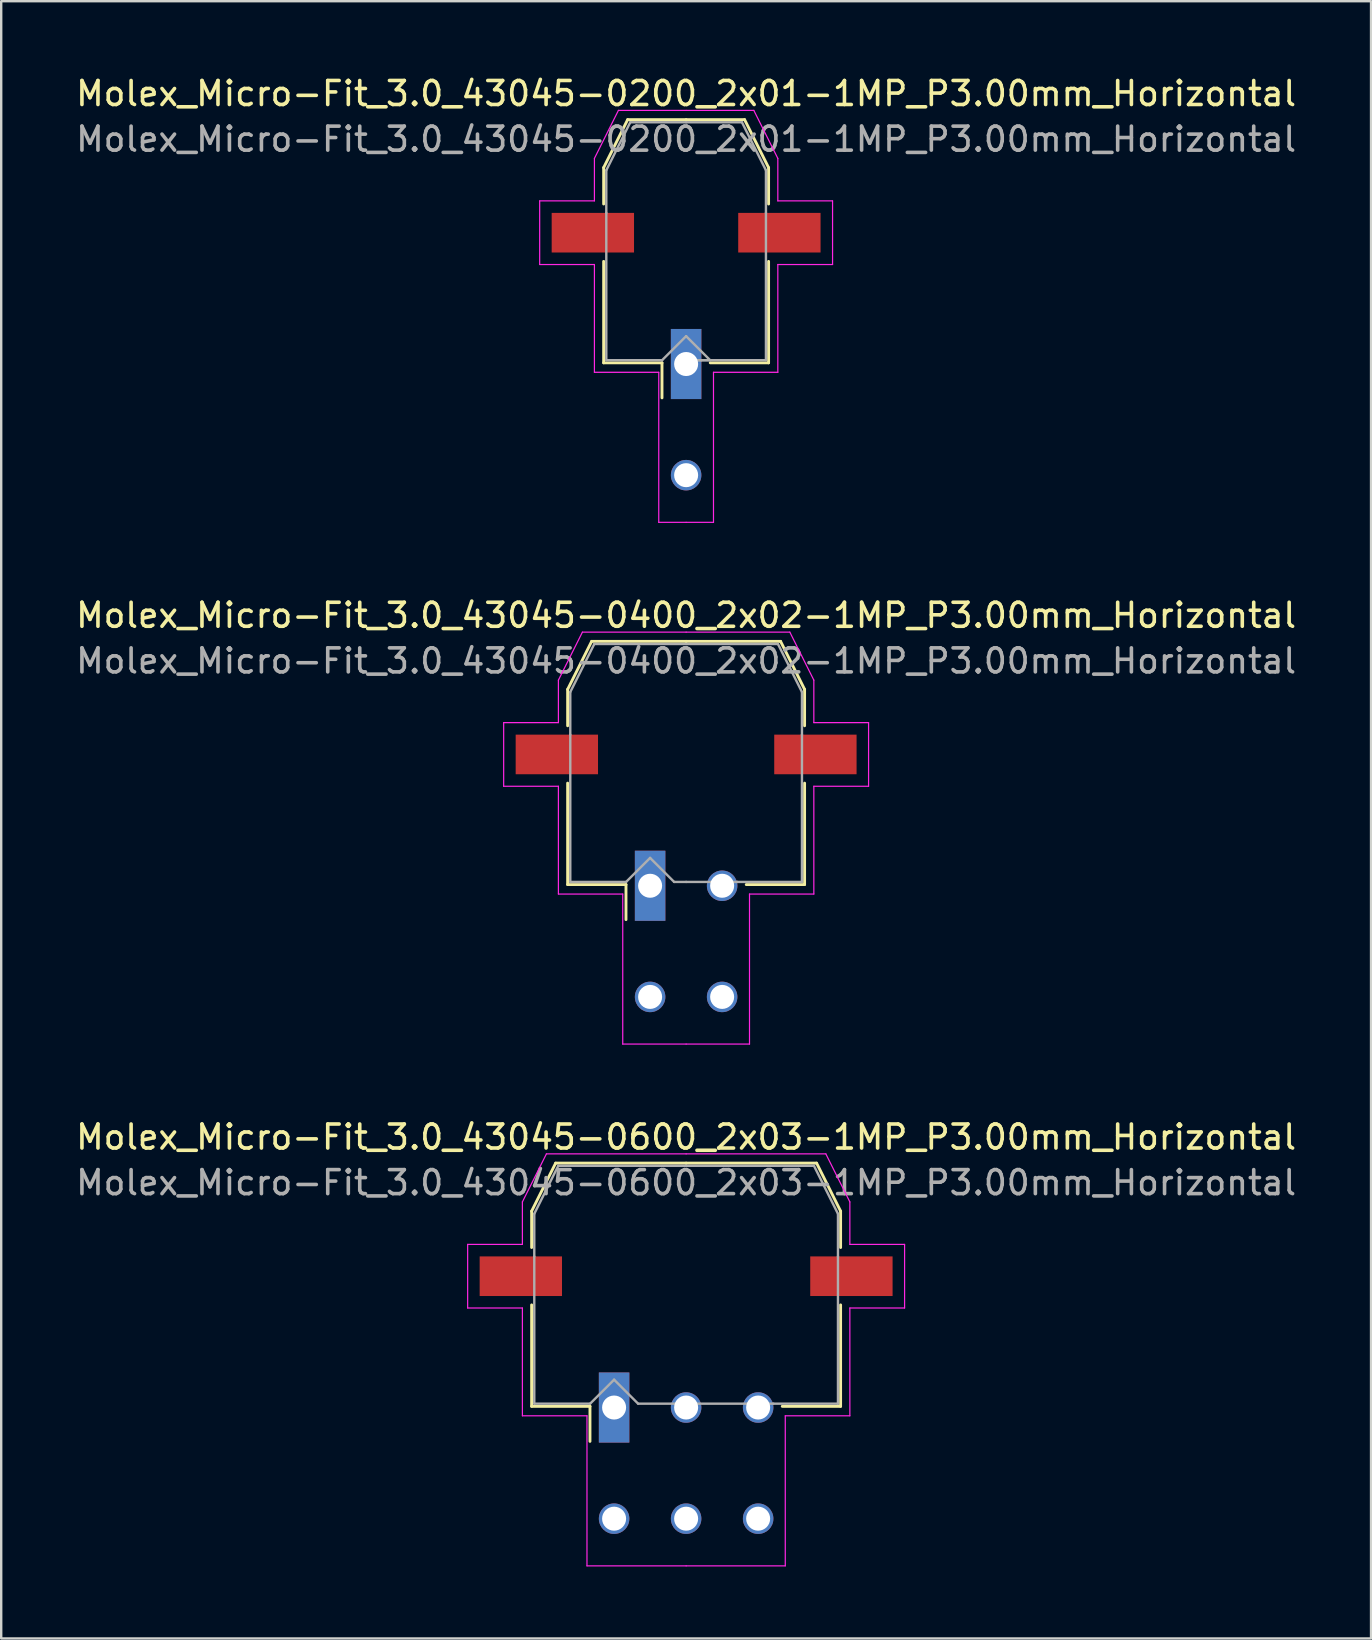
<source format=kicad_pcb>
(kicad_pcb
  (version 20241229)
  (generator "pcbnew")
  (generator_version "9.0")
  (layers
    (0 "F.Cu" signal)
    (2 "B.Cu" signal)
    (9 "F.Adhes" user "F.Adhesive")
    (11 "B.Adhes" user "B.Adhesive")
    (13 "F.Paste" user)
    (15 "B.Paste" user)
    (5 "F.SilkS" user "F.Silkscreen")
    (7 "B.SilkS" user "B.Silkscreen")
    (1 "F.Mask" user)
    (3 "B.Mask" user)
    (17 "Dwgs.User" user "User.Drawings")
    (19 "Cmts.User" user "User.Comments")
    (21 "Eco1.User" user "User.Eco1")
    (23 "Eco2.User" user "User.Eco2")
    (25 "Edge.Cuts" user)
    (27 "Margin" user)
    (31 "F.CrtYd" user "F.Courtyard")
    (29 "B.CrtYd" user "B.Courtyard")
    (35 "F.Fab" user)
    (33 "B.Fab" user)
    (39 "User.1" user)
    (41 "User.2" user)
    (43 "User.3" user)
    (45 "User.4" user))
  (footprint "Molex_Micro-Fit_3.0_43045-0200_2x01-1MP_P3.00mm_Horizontal"
    (layer "F.Cu")
    (at 25.53 14.428)
    (property "Reference" "Molex_Micro-Fit_3.0_43045-0200_2x01-1MP_P3.00mm_Horizontal" (at 0 -13.58 0) (layer "F.SilkS") (effects (font (size 1 1) (thickness 0.15))))
    (attr through_hole)
    (fp_line (start -3.435 -10.495) (end -3.435 -8.98) (stroke (width 0.12) (type solid)) (layer "F.SilkS"))
    (fp_line (start -3.435 -6.59) (end -3.435 -2.365) (stroke (width 0.12) (type solid)) (layer "F.SilkS"))
    (fp_line (start -3.435 -2.365) (end -1.005 -2.365) (stroke (width 0.12) (type solid)) (layer "F.SilkS"))
    (fp_line (start -2.435 -12.495) (end -3.435 -10.495) (stroke (width 0.12) (type solid)) (layer "F.SilkS"))
    (fp_line (start -1.005 -2.365) (end -1.005 -0.905) (stroke (width 0.12) (type solid)) (layer "F.SilkS"))
    (fp_line (start 0 -12.495) (end -2.435 -12.495) (stroke (width 0.12) (type solid)) (layer "F.SilkS"))
    (fp_line (start 0 -12.495) (end 2.435 -12.495) (stroke (width 0.12) (type solid)) (layer "F.SilkS"))
    (fp_line (start 2.435 -12.495) (end 3.435 -10.495) (stroke (width 0.12) (type solid)) (layer "F.SilkS"))
    (fp_line (start 3.435 -10.495) (end 3.435 -8.98) (stroke (width 0.12) (type solid)) (layer "F.SilkS"))
    (fp_line (start 3.435 -6.59) (end 3.435 -2.365) (stroke (width 0.12) (type solid)) (layer "F.SilkS"))
    (fp_line (start 3.435 -2.365) (end 1.005 -2.365) (stroke (width 0.12) (type solid)) (layer "F.SilkS"))
    (fp_line (start -6.1 -9.11) (end -6.1 -6.46) (stroke (width 0.05) (type solid)) (layer "F.CrtYd"))
    (fp_line (start -6.1 -6.46) (end -3.82 -6.46) (stroke (width 0.05) (type solid)) (layer "F.CrtYd"))
    (fp_line (start -3.82 -10.88) (end -3.82 -9.11) (stroke (width 0.05) (type solid)) (layer "F.CrtYd"))
    (fp_line (start -3.82 -9.11) (end -6.1 -9.11) (stroke (width 0.05) (type solid)) (layer "F.CrtYd"))
    (fp_line (start -3.82 -6.46) (end -3.82 -1.97) (stroke (width 0.05) (type solid)) (layer "F.CrtYd"))
    (fp_line (start -3.82 -1.97) (end -1.14 -1.97) (stroke (width 0.05) (type solid)) (layer "F.CrtYd"))
    (fp_line (start -2.82 -12.88) (end -3.82 -10.88) (stroke (width 0.05) (type solid)) (layer "F.CrtYd"))
    (fp_line (start -1.14 -1.97) (end -1.14 4.28) (stroke (width 0.05) (type solid)) (layer "F.CrtYd"))
    (fp_line (start -1.14 4.28) (end 0 4.28) (stroke (width 0.05) (type solid)) (layer "F.CrtYd"))
    (fp_line (start 0 -12.88) (end -2.82 -12.88) (stroke (width 0.05) (type solid)) (layer "F.CrtYd"))
    (fp_line (start 0 -12.88) (end 2.82 -12.88) (stroke (width 0.05) (type solid)) (layer "F.CrtYd"))
    (fp_line (start 1.14 -1.97) (end 1.14 4.28) (stroke (width 0.05) (type solid)) (layer "F.CrtYd"))
    (fp_line (start 1.14 4.28) (end 0 4.28) (stroke (width 0.05) (type solid)) (layer "F.CrtYd"))
    (fp_line (start 2.82 -12.88) (end 3.82 -10.88) (stroke (width 0.05) (type solid)) (layer "F.CrtYd"))
    (fp_line (start 3.82 -10.88) (end 3.82 -9.11) (stroke (width 0.05) (type solid)) (layer "F.CrtYd"))
    (fp_line (start 3.82 -9.11) (end 6.1 -9.11) (stroke (width 0.05) (type solid)) (layer "F.CrtYd"))
    (fp_line (start 3.82 -6.46) (end 3.82 -1.97) (stroke (width 0.05) (type solid)) (layer "F.CrtYd"))
    (fp_line (start 3.82 -1.97) (end 1.14 -1.97) (stroke (width 0.05) (type solid)) (layer "F.CrtYd"))
    (fp_line (start 6.1 -9.11) (end 6.1 -6.46) (stroke (width 0.05) (type solid)) (layer "F.CrtYd"))
    (fp_line (start 6.1 -6.46) (end 3.82 -6.46) (stroke (width 0.05) (type solid)) (layer "F.CrtYd"))
    (fp_line (start -3.325 -10.385) (end -3.325 -8.61) (stroke (width 0.1) (type solid)) (layer "F.Fab"))
    (fp_line (start -3.325 -8.61) (end -3.325 -2.475) (stroke (width 0.1) (type solid)) (layer "F.Fab"))
    (fp_line (start -3.325 -2.475) (end -1 -2.475) (stroke (width 0.1) (type solid)) (layer "F.Fab"))
    (fp_line (start -2.325 -12.385) (end -3.325 -10.385) (stroke (width 0.1) (type solid)) (layer "F.Fab"))
    (fp_line (start -1 -2.475) (end 0 -3.475) (stroke (width 0.1) (type solid)) (layer "F.Fab"))
    (fp_line (start 0 -12.385) (end -2.325 -12.385) (stroke (width 0.1) (type solid)) (layer "F.Fab"))
    (fp_line (start 0 -12.385) (end 2.325 -12.385) (stroke (width 0.1) (type solid)) (layer "F.Fab"))
    (fp_line (start 0 -3.475) (end 1 -2.475) (stroke (width 0.1) (type solid)) (layer "F.Fab"))
    (fp_line (start 0.635 -2.475) (end 0 -2.475) (stroke (width 0.1) (type solid)) (layer "F.Fab"))
    (fp_line (start 1 -2.475) (end 0 -2.475) (stroke (width 0.1) (type solid)) (layer "F.Fab"))
    (fp_line (start 2.325 -12.385) (end 3.325 -10.385) (stroke (width 0.1) (type solid)) (layer "F.Fab"))
    (fp_line (start 3.325 -10.385) (end 3.325 -8.61) (stroke (width 0.1) (type solid)) (layer "F.Fab"))
    (fp_line (start 3.325 -8.61) (end 3.325 -2.475) (stroke (width 0.1) (type solid)) (layer "F.Fab"))
    (fp_line (start 3.325 -2.475) (end 0.635 -2.475) (stroke (width 0.1) (type solid)) (layer "F.Fab"))
    (fp_text user "${REFERENCE}" (at 0 -11.68 0) (layer "F.Fab") (effects (font (size 1 1) (thickness 0.15))))
    (pad "1" thru_hole rect (at 0 -2.315) (size 1.27 2.92) (drill 1) (layers "*.Cu" "*.Mask"))
    (pad "2" thru_hole circle (at 0 2.315) (size 1.27 1.27) (drill 1) (layers "*.Cu" "*.Mask"))
    (pad "MP" smd rect (at -3.885 -7.785) (size 3.43 1.65) (layers "F.Cu" "F.Mask" "F.Paste"))
    (pad "MP" smd rect (at 3.885 -7.785) (size 3.43 1.65) (layers "F.Cu" "F.Mask" "F.Paste")))
  (footprint "Molex_Micro-Fit_3.0_43045-0600_2x03-1MP_P3.00mm_Horizontal"
    (layer "F.Cu")
    (at 25.53 57.895)
    (property "Reference" "Molex_Micro-Fit_3.0_43045-0600_2x03-1MP_P3.00mm_Horizontal" (at 0 -13.58 0) (layer "F.SilkS") (effects (font (size 1 1) (thickness 0.15))))
    (attr through_hole)
    (fp_line (start -6.435 -10.495) (end -6.435 -8.98) (stroke (width 0.12) (type solid)) (layer "F.SilkS"))
    (fp_line (start -6.435 -6.59) (end -6.435 -2.365) (stroke (width 0.12) (type solid)) (layer "F.SilkS"))
    (fp_line (start -6.435 -2.365) (end -4.005 -2.365) (stroke (width 0.12) (type solid)) (layer "F.SilkS"))
    (fp_line (start -5.435 -12.495) (end -6.435 -10.495) (stroke (width 0.12) (type solid)) (layer "F.SilkS"))
    (fp_line (start -4.005 -2.365) (end -4.005 -0.905) (stroke (width 0.12) (type solid)) (layer "F.SilkS"))
    (fp_line (start 0 -12.495) (end -5.435 -12.495) (stroke (width 0.12) (type solid)) (layer "F.SilkS"))
    (fp_line (start 0 -12.495) (end 5.435 -12.495) (stroke (width 0.12) (type solid)) (layer "F.SilkS"))
    (fp_line (start 5.435 -12.495) (end 6.435 -10.495) (stroke (width 0.12) (type solid)) (layer "F.SilkS"))
    (fp_line (start 6.435 -10.495) (end 6.435 -8.98) (stroke (width 0.12) (type solid)) (layer "F.SilkS"))
    (fp_line (start 6.435 -6.59) (end 6.435 -2.365) (stroke (width 0.12) (type solid)) (layer "F.SilkS"))
    (fp_line (start 6.435 -2.365) (end 4.005 -2.365) (stroke (width 0.12) (type solid)) (layer "F.SilkS"))
    (fp_line (start -9.1 -9.11) (end -9.1 -6.46) (stroke (width 0.05) (type solid)) (layer "F.CrtYd"))
    (fp_line (start -9.1 -6.46) (end -6.82 -6.46) (stroke (width 0.05) (type solid)) (layer "F.CrtYd"))
    (fp_line (start -6.82 -10.88) (end -6.82 -9.11) (stroke (width 0.05) (type solid)) (layer "F.CrtYd"))
    (fp_line (start -6.82 -9.11) (end -9.1 -9.11) (stroke (width 0.05) (type solid)) (layer "F.CrtYd"))
    (fp_line (start -6.82 -6.46) (end -6.82 -1.97) (stroke (width 0.05) (type solid)) (layer "F.CrtYd"))
    (fp_line (start -6.82 -1.97) (end -4.13 -1.97) (stroke (width 0.05) (type solid)) (layer "F.CrtYd"))
    (fp_line (start -5.82 -12.88) (end -6.82 -10.88) (stroke (width 0.05) (type solid)) (layer "F.CrtYd"))
    (fp_line (start -4.13 -1.97) (end -4.13 4.28) (stroke (width 0.05) (type solid)) (layer "F.CrtYd"))
    (fp_line (start -4.13 4.28) (end 0 4.28) (stroke (width 0.05) (type solid)) (layer "F.CrtYd"))
    (fp_line (start 0 -12.88) (end -5.82 -12.88) (stroke (width 0.05) (type solid)) (layer "F.CrtYd"))
    (fp_line (start 0 -12.88) (end 5.82 -12.88) (stroke (width 0.05) (type solid)) (layer "F.CrtYd"))
    (fp_line (start 4.13 -1.97) (end 4.13 4.28) (stroke (width 0.05) (type solid)) (layer "F.CrtYd"))
    (fp_line (start 4.13 4.28) (end 0 4.28) (stroke (width 0.05) (type solid)) (layer "F.CrtYd"))
    (fp_line (start 5.82 -12.88) (end 6.82 -10.88) (stroke (width 0.05) (type solid)) (layer "F.CrtYd"))
    (fp_line (start 6.82 -10.88) (end 6.82 -9.11) (stroke (width 0.05) (type solid)) (layer "F.CrtYd"))
    (fp_line (start 6.82 -9.11) (end 9.1 -9.11) (stroke (width 0.05) (type solid)) (layer "F.CrtYd"))
    (fp_line (start 6.82 -6.46) (end 6.82 -1.97) (stroke (width 0.05) (type solid)) (layer "F.CrtYd"))
    (fp_line (start 6.82 -1.97) (end 4.13 -1.97) (stroke (width 0.05) (type solid)) (layer "F.CrtYd"))
    (fp_line (start 9.1 -9.11) (end 9.1 -6.46) (stroke (width 0.05) (type solid)) (layer "F.CrtYd"))
    (fp_line (start 9.1 -6.46) (end 6.82 -6.46) (stroke (width 0.05) (type solid)) (layer "F.CrtYd"))
    (fp_line (start -6.325 -10.385) (end -6.325 -8.61) (stroke (width 0.1) (type solid)) (layer "F.Fab"))
    (fp_line (start -6.325 -8.61) (end -6.325 -2.475) (stroke (width 0.1) (type solid)) (layer "F.Fab"))
    (fp_line (start -6.325 -2.475) (end -4 -2.475) (stroke (width 0.1) (type solid)) (layer "F.Fab"))
    (fp_line (start -5.325 -12.385) (end -6.325 -10.385) (stroke (width 0.1) (type solid)) (layer "F.Fab"))
    (fp_line (start -4 -2.475) (end -3 -3.475) (stroke (width 0.1) (type solid)) (layer "F.Fab"))
    (fp_line (start -3 -3.475) (end -2 -2.475) (stroke (width 0.1) (type solid)) (layer "F.Fab"))
    (fp_line (start -2 -2.475) (end 0 -2.475) (stroke (width 0.1) (type solid)) (layer "F.Fab"))
    (fp_line (start 0 -12.385) (end -5.325 -12.385) (stroke (width 0.1) (type solid)) (layer "F.Fab"))
    (fp_line (start 0 -12.385) (end 5.325 -12.385) (stroke (width 0.1) (type solid)) (layer "F.Fab"))
    (fp_line (start 3.635 -2.475) (end 0 -2.475) (stroke (width 0.1) (type solid)) (layer "F.Fab"))
    (fp_line (start 5.325 -12.385) (end 6.325 -10.385) (stroke (width 0.1) (type solid)) (layer "F.Fab"))
    (fp_line (start 6.325 -10.385) (end 6.325 -8.61) (stroke (width 0.1) (type solid)) (layer "F.Fab"))
    (fp_line (start 6.325 -8.61) (end 6.325 -2.475) (stroke (width 0.1) (type solid)) (layer "F.Fab"))
    (fp_line (start 6.325 -2.475) (end 3.635 -2.475) (stroke (width 0.1) (type solid)) (layer "F.Fab"))
    (fp_text user "${REFERENCE}" (at 0 -11.68 0) (layer "F.Fab") (effects (font (size 1 1) (thickness 0.15))))
    (pad "1" thru_hole rect (at -3 -2.315) (size 1.27 2.92) (drill 1) (layers "*.Cu" "*.Mask"))
    (pad "2" thru_hole circle (at 0 -2.315) (size 1.27 1.27) (drill 1) (layers "*.Cu" "*.Mask"))
    (pad "3" thru_hole circle (at 3 -2.315) (size 1.27 1.27) (drill 1) (layers "*.Cu" "*.Mask"))
    (pad "4" thru_hole circle (at -3 2.315) (size 1.27 1.27) (drill 1) (layers "*.Cu" "*.Mask"))
    (pad "5" thru_hole circle (at 0 2.315) (size 1.27 1.27) (drill 1) (layers "*.Cu" "*.Mask"))
    (pad "6" thru_hole circle (at 3 2.315) (size 1.27 1.27) (drill 1) (layers "*.Cu" "*.Mask"))
    (pad "MP" smd rect (at -6.885 -7.785) (size 3.43 1.65) (layers "F.Cu" "F.Mask" "F.Paste"))
    (pad "MP" smd rect (at 6.885 -7.785) (size 3.43 1.65) (layers "F.Cu" "F.Mask" "F.Paste")))
  (footprint "Molex_Micro-Fit_3.0_43045-0400_2x02-1MP_P3.00mm_Horizontal"
    (layer "F.Cu")
    (at 25.53 36.161)
    (property "Reference" "Molex_Micro-Fit_3.0_43045-0400_2x02-1MP_P3.00mm_Horizontal" (at 0 -13.58 0) (layer "F.SilkS") (effects (font (size 1 1) (thickness 0.15))))
    (attr through_hole)
    (fp_line (start -4.935 -10.495) (end -4.935 -8.98) (stroke (width 0.12) (type solid)) (layer "F.SilkS"))
    (fp_line (start -4.935 -6.59) (end -4.935 -2.365) (stroke (width 0.12) (type solid)) (layer "F.SilkS"))
    (fp_line (start -4.935 -2.365) (end -2.505 -2.365) (stroke (width 0.12) (type solid)) (layer "F.SilkS"))
    (fp_line (start -3.935 -12.495) (end -4.935 -10.495) (stroke (width 0.12) (type solid)) (layer "F.SilkS"))
    (fp_line (start -2.505 -2.365) (end -2.505 -0.905) (stroke (width 0.12) (type solid)) (layer "F.SilkS"))
    (fp_line (start 0 -12.495) (end -3.935 -12.495) (stroke (width 0.12) (type solid)) (layer "F.SilkS"))
    (fp_line (start 0 -12.495) (end 3.935 -12.495) (stroke (width 0.12) (type solid)) (layer "F.SilkS"))
    (fp_line (start 3.935 -12.495) (end 4.935 -10.495) (stroke (width 0.12) (type solid)) (layer "F.SilkS"))
    (fp_line (start 4.935 -10.495) (end 4.935 -8.98) (stroke (width 0.12) (type solid)) (layer "F.SilkS"))
    (fp_line (start 4.935 -6.59) (end 4.935 -2.365) (stroke (width 0.12) (type solid)) (layer "F.SilkS"))
    (fp_line (start 4.935 -2.365) (end 2.505 -2.365) (stroke (width 0.12) (type solid)) (layer "F.SilkS"))
    (fp_line (start -7.6 -9.11) (end -7.6 -6.46) (stroke (width 0.05) (type solid)) (layer "F.CrtYd"))
    (fp_line (start -7.6 -6.46) (end -5.32 -6.46) (stroke (width 0.05) (type solid)) (layer "F.CrtYd"))
    (fp_line (start -5.32 -10.88) (end -5.32 -9.11) (stroke (width 0.05) (type solid)) (layer "F.CrtYd"))
    (fp_line (start -5.32 -9.11) (end -7.6 -9.11) (stroke (width 0.05) (type solid)) (layer "F.CrtYd"))
    (fp_line (start -5.32 -6.46) (end -5.32 -1.97) (stroke (width 0.05) (type solid)) (layer "F.CrtYd"))
    (fp_line (start -5.32 -1.97) (end -2.64 -1.97) (stroke (width 0.05) (type solid)) (layer "F.CrtYd"))
    (fp_line (start -4.32 -12.88) (end -5.32 -10.88) (stroke (width 0.05) (type solid)) (layer "F.CrtYd"))
    (fp_line (start -2.64 -1.97) (end -2.64 4.28) (stroke (width 0.05) (type solid)) (layer "F.CrtYd"))
    (fp_line (start -2.64 4.28) (end 0 4.28) (stroke (width 0.05) (type solid)) (layer "F.CrtYd"))
    (fp_line (start 0 -12.88) (end -4.32 -12.88) (stroke (width 0.05) (type solid)) (layer "F.CrtYd"))
    (fp_line (start 0 -12.88) (end 4.32 -12.88) (stroke (width 0.05) (type solid)) (layer "F.CrtYd"))
    (fp_line (start 2.64 -1.97) (end 2.64 4.28) (stroke (width 0.05) (type solid)) (layer "F.CrtYd"))
    (fp_line (start 2.64 4.28) (end 0 4.28) (stroke (width 0.05) (type solid)) (layer "F.CrtYd"))
    (fp_line (start 4.32 -12.88) (end 5.32 -10.88) (stroke (width 0.05) (type solid)) (layer "F.CrtYd"))
    (fp_line (start 5.32 -10.88) (end 5.32 -9.11) (stroke (width 0.05) (type solid)) (layer "F.CrtYd"))
    (fp_line (start 5.32 -9.11) (end 7.6 -9.11) (stroke (width 0.05) (type solid)) (layer "F.CrtYd"))
    (fp_line (start 5.32 -6.46) (end 5.32 -1.97) (stroke (width 0.05) (type solid)) (layer "F.CrtYd"))
    (fp_line (start 5.32 -1.97) (end 2.64 -1.97) (stroke (width 0.05) (type solid)) (layer "F.CrtYd"))
    (fp_line (start 7.6 -9.11) (end 7.6 -6.46) (stroke (width 0.05) (type solid)) (layer "F.CrtYd"))
    (fp_line (start 7.6 -6.46) (end 5.32 -6.46) (stroke (width 0.05) (type solid)) (layer "F.CrtYd"))
    (fp_line (start -4.825 -10.385) (end -4.825 -8.61) (stroke (width 0.1) (type solid)) (layer "F.Fab"))
    (fp_line (start -4.825 -8.61) (end -4.825 -2.475) (stroke (width 0.1) (type solid)) (layer "F.Fab"))
    (fp_line (start -4.825 -2.475) (end -2.5 -2.475) (stroke (width 0.1) (type solid)) (layer "F.Fab"))
    (fp_line (start -3.825 -12.385) (end -4.825 -10.385) (stroke (width 0.1) (type solid)) (layer "F.Fab"))
    (fp_line (start -2.5 -2.475) (end -1.5 -3.475) (stroke (width 0.1) (type solid)) (layer "F.Fab"))
    (fp_line (start -1.5 -3.475) (end -0.5 -2.475) (stroke (width 0.1) (type solid)) (layer "F.Fab"))
    (fp_line (start -0.5 -2.475) (end 0 -2.475) (stroke (width 0.1) (type solid)) (layer "F.Fab"))
    (fp_line (start 0 -12.385) (end -3.825 -12.385) (stroke (width 0.1) (type solid)) (layer "F.Fab"))
    (fp_line (start 0 -12.385) (end 3.825 -12.385) (stroke (width 0.1) (type solid)) (layer "F.Fab"))
    (fp_line (start 2.135 -2.475) (end 0 -2.475) (stroke (width 0.1) (type solid)) (layer "F.Fab"))
    (fp_line (start 3.825 -12.385) (end 4.825 -10.385) (stroke (width 0.1) (type solid)) (layer "F.Fab"))
    (fp_line (start 4.825 -10.385) (end 4.825 -8.61) (stroke (width 0.1) (type solid)) (layer "F.Fab"))
    (fp_line (start 4.825 -8.61) (end 4.825 -2.475) (stroke (width 0.1) (type solid)) (layer "F.Fab"))
    (fp_line (start 4.825 -2.475) (end 2.135 -2.475) (stroke (width 0.1) (type solid)) (layer "F.Fab"))
    (fp_text user "${REFERENCE}" (at 0 -11.68 0) (layer "F.Fab") (effects (font (size 1 1) (thickness 0.15))))
    (pad "1" thru_hole rect (at -1.5 -2.315) (size 1.27 2.92) (drill 1) (layers "*.Cu" "*.Mask"))
    (pad "2" thru_hole circle (at 1.5 -2.315) (size 1.27 1.27) (drill 1) (layers "*.Cu" "*.Mask"))
    (pad "3" thru_hole circle (at -1.5 2.315) (size 1.27 1.27) (drill 1) (layers "*.Cu" "*.Mask"))
    (pad "4" thru_hole circle (at 1.5 2.315) (size 1.27 1.27) (drill 1) (layers "*.Cu" "*.Mask"))
    (pad "MP" smd rect (at -5.385 -7.785) (size 3.43 1.65) (layers "F.Cu" "F.Mask" "F.Paste"))
    (pad "MP" smd rect (at 5.385 -7.785) (size 3.43 1.65) (layers "F.Cu" "F.Mask" "F.Paste")))
  (gr_rect
    (start -3 -3)
    (end 54.06 65.2)
    (stroke (width 0.1) (type default))
    (fill no)
    (layer "Edge.Cuts")))
</source>
